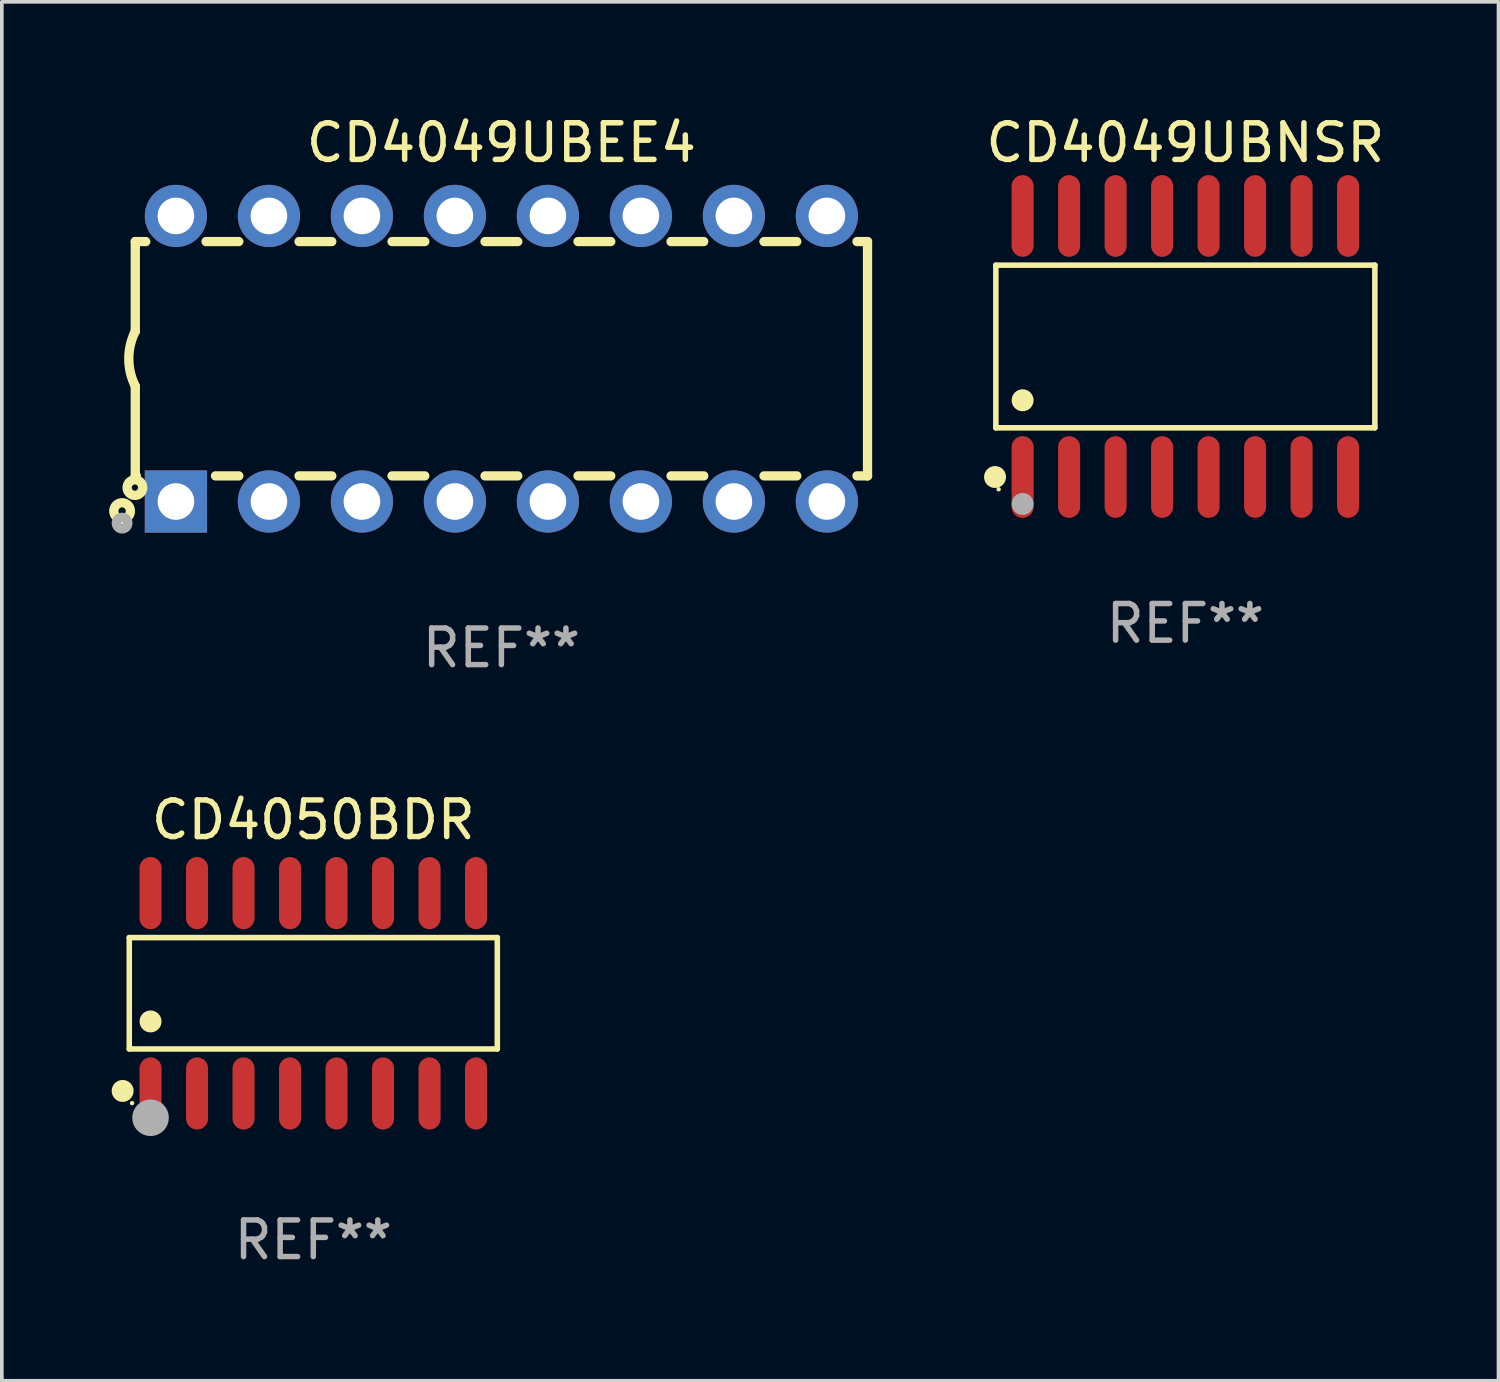
<source format=kicad_pcb>
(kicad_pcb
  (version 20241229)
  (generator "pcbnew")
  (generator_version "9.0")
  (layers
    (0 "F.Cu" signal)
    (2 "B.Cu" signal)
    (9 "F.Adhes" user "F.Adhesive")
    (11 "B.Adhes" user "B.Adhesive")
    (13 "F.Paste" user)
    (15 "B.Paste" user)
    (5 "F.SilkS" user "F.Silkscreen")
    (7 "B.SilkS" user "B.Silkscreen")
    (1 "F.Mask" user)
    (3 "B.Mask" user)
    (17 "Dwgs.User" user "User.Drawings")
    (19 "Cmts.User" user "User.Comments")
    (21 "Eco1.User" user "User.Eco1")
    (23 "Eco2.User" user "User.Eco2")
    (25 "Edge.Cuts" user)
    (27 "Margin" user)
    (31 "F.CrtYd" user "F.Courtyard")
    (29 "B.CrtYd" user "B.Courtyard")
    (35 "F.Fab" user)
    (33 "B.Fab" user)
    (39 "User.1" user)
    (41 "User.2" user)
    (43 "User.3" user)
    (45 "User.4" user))
  (footprint "CD4049UBEE4"
    (layer "F.Cu")
    (at 10.645 6.748)
    (property "Reference" "CD4049UBEE4" (at 0 -5.9 0) (layer "F.SilkS") (effects (font (size 1 1) (thickness 0.15))))
    (attr through_hole)
    (fp_line (start -10 -3.2) (end -10 -0.75) (stroke (width 0.254) (type solid)) (layer "F.SilkS"))
    (fp_line (start -10 -3.2) (end -9.713 -3.2) (stroke (width 0.254) (type solid)) (layer "F.SilkS"))
    (fp_line (start -10 3.2) (end -10 0.75) (stroke (width 0.254) (type solid)) (layer "F.SilkS"))
    (fp_line (start -10 3.2) (end -9.971 3.2) (stroke (width 0.254) (type solid)) (layer "F.SilkS"))
    (fp_line (start -8.067 -3.2) (end -7.173 -3.2) (stroke (width 0.254) (type solid)) (layer "F.SilkS"))
    (fp_line (start -7.809 3.2) (end -7.173 3.2) (stroke (width 0.254) (type solid)) (layer "F.SilkS"))
    (fp_line (start -5.527 3.2) (end -4.633 3.2) (stroke (width 0.254) (type solid)) (layer "F.SilkS"))
    (fp_line (start -5.527 -3.2) (end -4.633 -3.2) (stroke (width 0.254) (type solid)) (layer "F.SilkS"))
    (fp_line (start -2.987 3.2) (end -2.093 3.2) (stroke (width 0.254) (type solid)) (layer "F.SilkS"))
    (fp_line (start -2.987 -3.2) (end -2.093 -3.2) (stroke (width 0.254) (type solid)) (layer "F.SilkS"))
    (fp_line (start -0.447 3.2) (end 0.447 3.2) (stroke (width 0.254) (type solid)) (layer "F.SilkS"))
    (fp_line (start -0.447 -3.2) (end 0.447 -3.2) (stroke (width 0.254) (type solid)) (layer "F.SilkS"))
    (fp_line (start 2.093 3.2) (end 2.987 3.2) (stroke (width 0.254) (type solid)) (layer "F.SilkS"))
    (fp_line (start 2.093 -3.2) (end 2.987 -3.2) (stroke (width 0.254) (type solid)) (layer "F.SilkS"))
    (fp_line (start 4.633 3.2) (end 5.527 3.2) (stroke (width 0.254) (type solid)) (layer "F.SilkS"))
    (fp_line (start 4.633 -3.2) (end 5.527 -3.2) (stroke (width 0.254) (type solid)) (layer "F.SilkS"))
    (fp_line (start 7.173 3.2) (end 8.067 3.2) (stroke (width 0.254) (type solid)) (layer "F.SilkS"))
    (fp_line (start 7.173 -3.2) (end 8.067 -3.2) (stroke (width 0.254) (type solid)) (layer "F.SilkS"))
    (fp_line (start 9.713 3.2) (end 10 3.2) (stroke (width 0.254) (type solid)) (layer "F.SilkS"))
    (fp_line (start 9.713 -3.2) (end 10 -3.2) (stroke (width 0.254) (type solid)) (layer "F.SilkS"))
    (fp_line (start 10 -3.2) (end 10 3.2) (stroke (width 0.254) (type solid)) (layer "F.SilkS"))
    (fp_arc (start -10 0.748793) (mid -10.176918 -0.000607) (end -10.000025 -0.750013) (stroke (width 0.254001) (type solid)) (layer "F.SilkS"))
    (fp_circle (center -10.36 4.16) (end -10.26 4.16) (stroke (width 0.254) (type solid)) (fill no) (layer "F.SilkS"))
    (fp_circle (center -10.01 3.52) (end -9.924 3.52) (stroke (width 0.254) (type solid)) (fill no) (layer "F.SilkS"))
    (fp_circle (center -10.36 4.49) (end -10.202 4.49) (stroke (width 0.254) (type solid)) (fill no) (layer "F.Fab"))
    (fp_text user "REF**" (at 0 7.9 0) (layer "F.Fab") (effects (font (size 1 1) (thickness 0.15))))
    (pad "1" thru_hole rect (at -8.89 3.9 90) (size 1.7 1.7) (drill 1) (layers "*.Cu" "*.Mask"))
    (pad "2" thru_hole circle (at -6.35 3.9) (size 1.7 1.7) (drill 1) (layers "*.Cu" "*.Mask"))
    (pad "3" thru_hole circle (at -3.81 3.9) (size 1.7 1.7) (drill 1) (layers "*.Cu" "*.Mask"))
    (pad "4" thru_hole circle (at -1.27 3.9) (size 1.7 1.7) (drill 1) (layers "*.Cu" "*.Mask"))
    (pad "5" thru_hole circle (at 1.27 3.9) (size 1.7 1.7) (drill 1) (layers "*.Cu" "*.Mask"))
    (pad "6" thru_hole circle (at 3.81 3.9) (size 1.7 1.7) (drill 1) (layers "*.Cu" "*.Mask"))
    (pad "7" thru_hole circle (at 6.35 3.9) (size 1.7 1.7) (drill 1) (layers "*.Cu" "*.Mask"))
    (pad "8" thru_hole circle (at 8.89 3.9) (size 1.7 1.7) (drill 1) (layers "*.Cu" "*.Mask"))
    (pad "9" thru_hole circle (at 8.89 -3.9) (size 1.7 1.7) (drill 1) (layers "*.Cu" "*.Mask"))
    (pad "10" thru_hole circle (at 6.35 -3.9) (size 1.7 1.7) (drill 1) (layers "*.Cu" "*.Mask"))
    (pad "11" thru_hole circle (at 3.81 -3.9) (size 1.7 1.7) (drill 1) (layers "*.Cu" "*.Mask"))
    (pad "12" thru_hole circle (at 1.27 -3.9) (size 1.7 1.7) (drill 1) (layers "*.Cu" "*.Mask"))
    (pad "13" thru_hole circle (at -1.27 -3.9) (size 1.7 1.7) (drill 1) (layers "*.Cu" "*.Mask"))
    (pad "14" thru_hole circle (at -3.81 -3.9) (size 1.7 1.7) (drill 1) (layers "*.Cu" "*.Mask"))
    (pad "15" thru_hole circle (at -6.35 -3.9) (size 1.7 1.7) (drill 1) (layers "*.Cu" "*.Mask"))
    (pad "16" thru_hole circle (at -8.89 -3.9) (size 1.7 1.7) (drill 1) (layers "*.Cu" "*.Mask")))
  (footprint "CD4050BDR"
    (layer "F.Cu")
    (at 5.507 24.08)
    (property "Reference" "CD4050BDR" (at 0 -4.736 0) (layer "F.SilkS") (effects (font (size 1 1) (thickness 0.15))))
    (attr through_hole)
    (fp_line (start -5.026 -1.521) (end 5.026 -1.521) (stroke (width 0.152) (type solid)) (layer "F.SilkS"))
    (fp_line (start -5.026 1.521) (end -5.026 -1.521) (stroke (width 0.152) (type solid)) (layer "F.SilkS"))
    (fp_line (start 5.026 -1.521) (end 5.026 1.521) (stroke (width 0.152) (type solid)) (layer "F.SilkS"))
    (fp_line (start 5.026 1.521) (end -5.026 1.521) (stroke (width 0.152) (type solid)) (layer "F.SilkS"))
    (fp_circle (center -5.207 2.667) (end -5.057 2.667) (stroke (width 0.3) (type solid)) (fill no) (layer "F.SilkS"))
    (fp_circle (center -4.95 3) (end -4.92 3) (stroke (width 0.06) (type solid)) (fill no) (layer "F.SilkS"))
    (fp_circle (center -4.445 0.769) (end -4.295 0.769) (stroke (width 0.3) (type solid)) (fill no) (layer "F.SilkS"))
    (fp_circle (center -4.445 3.4) (end -4.195 3.4) (stroke (width 0.5) (type solid)) (fill no) (layer "F.Fab"))
    (fp_text user "REF**" (at 0 6.736 0) (layer "F.Fab") (effects (font (size 1 1) (thickness 0.15))))
    (pad "1" smd oval (at -4.445 2.736) (size 0.602 1.971) (layers "F.Cu" "F.Mask" "F.Paste"))
    (pad "2" smd oval (at -3.175 2.736) (size 0.602 1.971) (layers "F.Cu" "F.Mask" "F.Paste"))
    (pad "3" smd oval (at -1.905 2.736) (size 0.602 1.971) (layers "F.Cu" "F.Mask" "F.Paste"))
    (pad "4" smd oval (at -0.635 2.736) (size 0.602 1.971) (layers "F.Cu" "F.Mask" "F.Paste"))
    (pad "5" smd oval (at 0.635 2.736) (size 0.602 1.971) (layers "F.Cu" "F.Mask" "F.Paste"))
    (pad "6" smd oval (at 1.905 2.736) (size 0.602 1.971) (layers "F.Cu" "F.Mask" "F.Paste"))
    (pad "7" smd oval (at 3.175 2.736) (size 0.602 1.971) (layers "F.Cu" "F.Mask" "F.Paste"))
    (pad "8" smd oval (at 4.445 2.736) (size 0.602 1.971) (layers "F.Cu" "F.Mask" "F.Paste"))
    (pad "9" smd oval (at 4.445 -2.736) (size 0.602 1.971) (layers "F.Cu" "F.Mask" "F.Paste"))
    (pad "10" smd oval (at 3.175 -2.736) (size 0.602 1.971) (layers "F.Cu" "F.Mask" "F.Paste"))
    (pad "11" smd oval (at 1.905 -2.736) (size 0.602 1.971) (layers "F.Cu" "F.Mask" "F.Paste"))
    (pad "12" smd oval (at 0.635 -2.736) (size 0.602 1.971) (layers "F.Cu" "F.Mask" "F.Paste"))
    (pad "13" smd oval (at -0.635 -2.736) (size 0.602 1.971) (layers "F.Cu" "F.Mask" "F.Paste"))
    (pad "14" smd oval (at -1.905 -2.736) (size 0.602 1.971) (layers "F.Cu" "F.Mask" "F.Paste"))
    (pad "15" smd oval (at -3.175 -2.736) (size 0.602 1.971) (layers "F.Cu" "F.Mask" "F.Paste"))
    (pad "16" smd oval (at -4.445 -2.736) (size 0.602 1.971) (layers "F.Cu" "F.Mask" "F.Paste")))
  (footprint "CD4049UBNSR"
    (layer "F.Cu")
    (at 29.326 6.414)
    (property "Reference" "CD4049UBNSR" (at 0 -5.565 0) (layer "F.SilkS") (effects (font (size 1 1) (thickness 0.15))))
    (attr through_hole)
    (fp_line (start -5.176 -2.221) (end 5.176 -2.221) (stroke (width 0.152) (type solid)) (layer "F.SilkS"))
    (fp_line (start -5.176 2.221) (end -5.176 -2.221) (stroke (width 0.152) (type solid)) (layer "F.SilkS"))
    (fp_line (start 5.176 -2.221) (end 5.176 2.221) (stroke (width 0.152) (type solid)) (layer "F.SilkS"))
    (fp_line (start 5.176 2.221) (end -5.176 2.221) (stroke (width 0.152) (type solid)) (layer "F.SilkS"))
    (fp_circle (center -5.198 3.565) (end -5.048 3.565) (stroke (width 0.3) (type solid)) (fill no) (layer "F.SilkS"))
    (fp_circle (center -5.1 3.9) (end -5.07 3.9) (stroke (width 0.06) (type solid)) (fill no) (layer "F.SilkS"))
    (fp_circle (center -4.445 1.469) (end -4.295 1.469) (stroke (width 0.3) (type solid)) (fill no) (layer "F.SilkS"))
    (fp_circle (center -4.445 4.3) (end -4.295 4.3) (stroke (width 0.3) (type solid)) (fill no) (layer "F.Fab"))
    (fp_text user "REF**" (at 0 7.565 0) (layer "F.Fab") (effects (font (size 1 1) (thickness 0.15))))
    (pad "1" smd oval (at -4.445 3.565) (size 0.602 2.231) (layers "F.Cu" "F.Mask" "F.Paste"))
    (pad "2" smd oval (at -3.175 3.565) (size 0.602 2.231) (layers "F.Cu" "F.Mask" "F.Paste"))
    (pad "3" smd oval (at -1.905 3.565) (size 0.602 2.231) (layers "F.Cu" "F.Mask" "F.Paste"))
    (pad "4" smd oval (at -0.635 3.565) (size 0.602 2.231) (layers "F.Cu" "F.Mask" "F.Paste"))
    (pad "5" smd oval (at 0.635 3.565) (size 0.602 2.231) (layers "F.Cu" "F.Mask" "F.Paste"))
    (pad "6" smd oval (at 1.905 3.565) (size 0.602 2.231) (layers "F.Cu" "F.Mask" "F.Paste"))
    (pad "7" smd oval (at 3.175 3.565) (size 0.602 2.231) (layers "F.Cu" "F.Mask" "F.Paste"))
    (pad "8" smd oval (at 4.445 3.565) (size 0.602 2.231) (layers "F.Cu" "F.Mask" "F.Paste"))
    (pad "9" smd oval (at 4.445 -3.565) (size 0.602 2.231) (layers "F.Cu" "F.Mask" "F.Paste"))
    (pad "10" smd oval (at 3.175 -3.565) (size 0.602 2.231) (layers "F.Cu" "F.Mask" "F.Paste"))
    (pad "11" smd oval (at 1.905 -3.565) (size 0.602 2.231) (layers "F.Cu" "F.Mask" "F.Paste"))
    (pad "12" smd oval (at 0.635 -3.565) (size 0.602 2.231) (layers "F.Cu" "F.Mask" "F.Paste"))
    (pad "13" smd oval (at -0.635 -3.565) (size 0.602 2.231) (layers "F.Cu" "F.Mask" "F.Paste"))
    (pad "14" smd oval (at -1.905 -3.565) (size 0.602 2.231) (layers "F.Cu" "F.Mask" "F.Paste"))
    (pad "15" smd oval (at -3.175 -3.565) (size 0.602 2.231) (layers "F.Cu" "F.Mask" "F.Paste"))
    (pad "16" smd oval (at -4.445 -3.565) (size 0.602 2.231) (layers "F.Cu" "F.Mask" "F.Paste")))
  (gr_rect
    (start -3 -3)
    (end 37.879 34.664)
    (stroke (width 0.1) (type default))
    (fill no)
    (layer "Edge.Cuts")))
</source>
